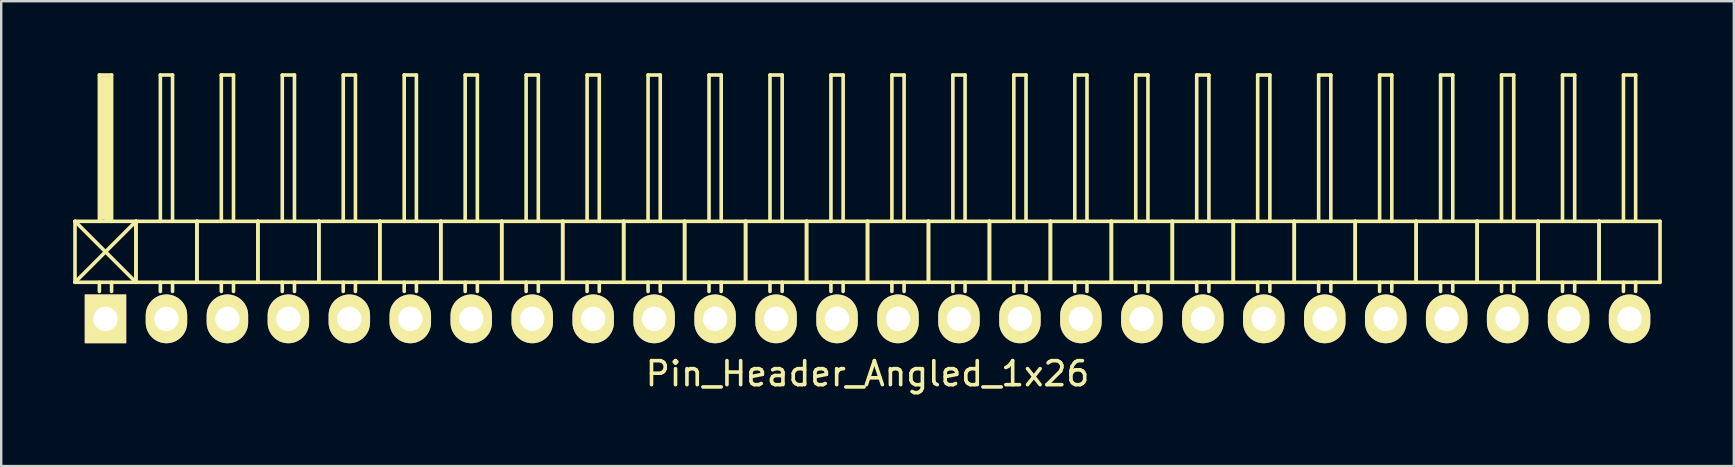
<source format=kicad_pcb>
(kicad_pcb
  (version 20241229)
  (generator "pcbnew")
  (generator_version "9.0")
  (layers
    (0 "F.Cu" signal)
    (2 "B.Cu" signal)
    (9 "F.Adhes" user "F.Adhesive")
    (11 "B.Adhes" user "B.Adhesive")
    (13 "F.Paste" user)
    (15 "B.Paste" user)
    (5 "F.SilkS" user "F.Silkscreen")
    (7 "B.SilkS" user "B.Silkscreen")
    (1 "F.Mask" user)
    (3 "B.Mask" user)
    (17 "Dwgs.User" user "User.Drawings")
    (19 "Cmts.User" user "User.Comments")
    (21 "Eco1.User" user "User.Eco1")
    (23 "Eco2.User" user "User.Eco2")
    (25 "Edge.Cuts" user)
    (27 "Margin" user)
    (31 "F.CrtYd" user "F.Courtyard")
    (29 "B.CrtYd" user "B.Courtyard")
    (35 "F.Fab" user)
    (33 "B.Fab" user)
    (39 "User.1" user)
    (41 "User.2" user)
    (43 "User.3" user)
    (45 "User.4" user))
  (footprint "Pin_Header_Angled_1x26"
    (layer "F.Cu")
    (at 33.095 10.235)
    (property "Reference" "Pin_Header_Angled_1x26" (at 0 2.286 0) (layer "F.SilkS") (effects (font (size 1 1) (thickness 0.15))))
    (attr through_hole)
    (fp_line (start -33.02 -4.064) (end -30.48 -1.524) (stroke (width 0.15) (type solid)) (layer "F.SilkS"))
    (fp_line (start -33.02 -1.524) (end -33.02 -4.064) (stroke (width 0.15) (type solid)) (layer "F.SilkS"))
    (fp_line (start -33.02 -1.524) (end -30.48 -1.524) (stroke (width 0.15) (type solid)) (layer "F.SilkS"))
    (fp_line (start -32.004 -10.16) (end -31.496 -10.16) (stroke (width 0.15) (type solid)) (layer "F.SilkS"))
    (fp_line (start -32.004 -4.064) (end -32.004 -10.16) (stroke (width 0.15) (type solid)) (layer "F.SilkS"))
    (fp_line (start -32.004 -1.524) (end -32.004 -1.143) (stroke (width 0.15) (type solid)) (layer "F.SilkS"))
    (fp_line (start -31.877 -10.033) (end -31.623 -10.033) (stroke (width 0.15) (type solid)) (layer "F.SilkS"))
    (fp_line (start -31.877 -4.191) (end -31.877 -10.033) (stroke (width 0.15) (type solid)) (layer "F.SilkS"))
    (fp_line (start -31.75 -4.191) (end -31.75 -10.033) (stroke (width 0.15) (type solid)) (layer "F.SilkS"))
    (fp_line (start -31.623 -10.033) (end -31.623 -4.191) (stroke (width 0.15) (type solid)) (layer "F.SilkS"))
    (fp_line (start -31.623 -4.191) (end -31.75 -4.191) (stroke (width 0.15) (type solid)) (layer "F.SilkS"))
    (fp_line (start -31.496 -10.16) (end -31.496 -4.064) (stroke (width 0.15) (type solid)) (layer "F.SilkS"))
    (fp_line (start -31.496 -1.524) (end -31.496 -1.143) (stroke (width 0.15) (type solid)) (layer "F.SilkS"))
    (fp_line (start -30.48 -4.064) (end -33.02 -4.064) (stroke (width 0.15) (type solid)) (layer "F.SilkS"))
    (fp_line (start -30.48 -4.064) (end -33.02 -1.524) (stroke (width 0.15) (type solid)) (layer "F.SilkS"))
    (fp_line (start -30.48 -1.524) (end -30.48 -4.064) (stroke (width 0.15) (type solid)) (layer "F.SilkS"))
    (fp_line (start -30.48 -1.524) (end -30.48 -4.064) (stroke (width 0.15) (type solid)) (layer "F.SilkS"))
    (fp_line (start -30.48 -1.524) (end -27.94 -1.524) (stroke (width 0.15) (type solid)) (layer "F.SilkS"))
    (fp_line (start -29.464 -10.16) (end -28.956 -10.16) (stroke (width 0.15) (type solid)) (layer "F.SilkS"))
    (fp_line (start -29.464 -4.064) (end -29.464 -10.16) (stroke (width 0.15) (type solid)) (layer "F.SilkS"))
    (fp_line (start -29.464 -1.524) (end -29.464 -1.143) (stroke (width 0.15) (type solid)) (layer "F.SilkS"))
    (fp_line (start -28.956 -10.16) (end -28.956 -4.064) (stroke (width 0.15) (type solid)) (layer "F.SilkS"))
    (fp_line (start -28.956 -1.524) (end -28.956 -1.143) (stroke (width 0.15) (type solid)) (layer "F.SilkS"))
    (fp_line (start -27.94 -4.064) (end -30.48 -4.064) (stroke (width 0.15) (type solid)) (layer "F.SilkS"))
    (fp_line (start -27.94 -1.524) (end -27.94 -4.064) (stroke (width 0.15) (type solid)) (layer "F.SilkS"))
    (fp_line (start -27.94 -1.524) (end -27.94 -4.064) (stroke (width 0.15) (type solid)) (layer "F.SilkS"))
    (fp_line (start -27.94 -1.524) (end -25.4 -1.524) (stroke (width 0.15) (type solid)) (layer "F.SilkS"))
    (fp_line (start -26.924 -10.16) (end -26.416 -10.16) (stroke (width 0.15) (type solid)) (layer "F.SilkS"))
    (fp_line (start -26.924 -4.064) (end -26.924 -10.16) (stroke (width 0.15) (type solid)) (layer "F.SilkS"))
    (fp_line (start -26.924 -1.524) (end -26.924 -1.143) (stroke (width 0.15) (type solid)) (layer "F.SilkS"))
    (fp_line (start -26.416 -10.16) (end -26.416 -4.064) (stroke (width 0.15) (type solid)) (layer "F.SilkS"))
    (fp_line (start -26.416 -1.524) (end -26.416 -1.143) (stroke (width 0.15) (type solid)) (layer "F.SilkS"))
    (fp_line (start -25.4 -4.064) (end -27.94 -4.064) (stroke (width 0.15) (type solid)) (layer "F.SilkS"))
    (fp_line (start -25.4 -1.524) (end -25.4 -4.064) (stroke (width 0.15) (type solid)) (layer "F.SilkS"))
    (fp_line (start -25.4 -1.524) (end -25.4 -4.064) (stroke (width 0.15) (type solid)) (layer "F.SilkS"))
    (fp_line (start -25.4 -1.524) (end -22.86 -1.524) (stroke (width 0.15) (type solid)) (layer "F.SilkS"))
    (fp_line (start -24.384 -10.16) (end -23.876 -10.16) (stroke (width 0.15) (type solid)) (layer "F.SilkS"))
    (fp_line (start -24.384 -4.064) (end -24.384 -10.16) (stroke (width 0.15) (type solid)) (layer "F.SilkS"))
    (fp_line (start -24.384 -1.524) (end -24.384 -1.143) (stroke (width 0.15) (type solid)) (layer "F.SilkS"))
    (fp_line (start -23.876 -10.16) (end -23.876 -4.064) (stroke (width 0.15) (type solid)) (layer "F.SilkS"))
    (fp_line (start -23.876 -1.524) (end -23.876 -1.143) (stroke (width 0.15) (type solid)) (layer "F.SilkS"))
    (fp_line (start -22.86 -4.064) (end -25.4 -4.064) (stroke (width 0.15) (type solid)) (layer "F.SilkS"))
    (fp_line (start -22.86 -1.524) (end -22.86 -4.064) (stroke (width 0.15) (type solid)) (layer "F.SilkS"))
    (fp_line (start -22.86 -1.524) (end -22.86 -4.064) (stroke (width 0.15) (type solid)) (layer "F.SilkS"))
    (fp_line (start -22.86 -1.524) (end -20.32 -1.524) (stroke (width 0.15) (type solid)) (layer "F.SilkS"))
    (fp_line (start -21.844 -10.16) (end -21.336 -10.16) (stroke (width 0.15) (type solid)) (layer "F.SilkS"))
    (fp_line (start -21.844 -4.064) (end -21.844 -10.16) (stroke (width 0.15) (type solid)) (layer "F.SilkS"))
    (fp_line (start -21.844 -1.524) (end -21.844 -1.143) (stroke (width 0.15) (type solid)) (layer "F.SilkS"))
    (fp_line (start -21.336 -10.16) (end -21.336 -4.064) (stroke (width 0.15) (type solid)) (layer "F.SilkS"))
    (fp_line (start -21.336 -1.524) (end -21.336 -1.143) (stroke (width 0.15) (type solid)) (layer "F.SilkS"))
    (fp_line (start -20.32 -4.064) (end -22.86 -4.064) (stroke (width 0.15) (type solid)) (layer "F.SilkS"))
    (fp_line (start -20.32 -1.524) (end -20.32 -4.064) (stroke (width 0.15) (type solid)) (layer "F.SilkS"))
    (fp_line (start -20.32 -1.524) (end -20.32 -4.064) (stroke (width 0.15) (type solid)) (layer "F.SilkS"))
    (fp_line (start -20.32 -1.524) (end -17.78 -1.524) (stroke (width 0.15) (type solid)) (layer "F.SilkS"))
    (fp_line (start -19.304 -10.16) (end -18.796 -10.16) (stroke (width 0.15) (type solid)) (layer "F.SilkS"))
    (fp_line (start -19.304 -4.064) (end -19.304 -10.16) (stroke (width 0.15) (type solid)) (layer "F.SilkS"))
    (fp_line (start -19.304 -1.524) (end -19.304 -1.143) (stroke (width 0.15) (type solid)) (layer "F.SilkS"))
    (fp_line (start -18.796 -10.16) (end -18.796 -4.064) (stroke (width 0.15) (type solid)) (layer "F.SilkS"))
    (fp_line (start -18.796 -1.524) (end -18.796 -1.143) (stroke (width 0.15) (type solid)) (layer "F.SilkS"))
    (fp_line (start -17.78 -4.064) (end -20.32 -4.064) (stroke (width 0.15) (type solid)) (layer "F.SilkS"))
    (fp_line (start -17.78 -1.524) (end -17.78 -4.064) (stroke (width 0.15) (type solid)) (layer "F.SilkS"))
    (fp_line (start -17.78 -1.524) (end -17.78 -4.064) (stroke (width 0.15) (type solid)) (layer "F.SilkS"))
    (fp_line (start -17.78 -1.524) (end -15.24 -1.524) (stroke (width 0.15) (type solid)) (layer "F.SilkS"))
    (fp_line (start -16.764 -10.16) (end -16.256 -10.16) (stroke (width 0.15) (type solid)) (layer "F.SilkS"))
    (fp_line (start -16.764 -4.064) (end -16.764 -10.16) (stroke (width 0.15) (type solid)) (layer "F.SilkS"))
    (fp_line (start -16.764 -1.524) (end -16.764 -1.143) (stroke (width 0.15) (type solid)) (layer "F.SilkS"))
    (fp_line (start -16.256 -10.16) (end -16.256 -4.064) (stroke (width 0.15) (type solid)) (layer "F.SilkS"))
    (fp_line (start -16.256 -1.524) (end -16.256 -1.143) (stroke (width 0.15) (type solid)) (layer "F.SilkS"))
    (fp_line (start -15.24 -4.064) (end -17.78 -4.064) (stroke (width 0.15) (type solid)) (layer "F.SilkS"))
    (fp_line (start -15.24 -1.524) (end -15.24 -4.064) (stroke (width 0.15) (type solid)) (layer "F.SilkS"))
    (fp_line (start -15.24 -1.524) (end -15.24 -4.064) (stroke (width 0.15) (type solid)) (layer "F.SilkS"))
    (fp_line (start -15.24 -1.524) (end -12.7 -1.524) (stroke (width 0.15) (type solid)) (layer "F.SilkS"))
    (fp_line (start -14.224 -10.16) (end -13.716 -10.16) (stroke (width 0.15) (type solid)) (layer "F.SilkS"))
    (fp_line (start -14.224 -4.064) (end -14.224 -10.16) (stroke (width 0.15) (type solid)) (layer "F.SilkS"))
    (fp_line (start -14.224 -1.524) (end -14.224 -1.143) (stroke (width 0.15) (type solid)) (layer "F.SilkS"))
    (fp_line (start -13.716 -10.16) (end -13.716 -4.064) (stroke (width 0.15) (type solid)) (layer "F.SilkS"))
    (fp_line (start -13.716 -1.524) (end -13.716 -1.143) (stroke (width 0.15) (type solid)) (layer "F.SilkS"))
    (fp_line (start -12.7 -4.064) (end -15.24 -4.064) (stroke (width 0.15) (type solid)) (layer "F.SilkS"))
    (fp_line (start -12.7 -1.524) (end -12.7 -4.064) (stroke (width 0.15) (type solid)) (layer "F.SilkS"))
    (fp_line (start -12.7 -1.524) (end -12.7 -4.064) (stroke (width 0.15) (type solid)) (layer "F.SilkS"))
    (fp_line (start -12.7 -1.524) (end -10.16 -1.524) (stroke (width 0.15) (type solid)) (layer "F.SilkS"))
    (fp_line (start -11.684 -10.16) (end -11.176 -10.16) (stroke (width 0.15) (type solid)) (layer "F.SilkS"))
    (fp_line (start -11.684 -4.064) (end -11.684 -10.16) (stroke (width 0.15) (type solid)) (layer "F.SilkS"))
    (fp_line (start -11.684 -1.524) (end -11.684 -1.143) (stroke (width 0.15) (type solid)) (layer "F.SilkS"))
    (fp_line (start -11.176 -10.16) (end -11.176 -4.064) (stroke (width 0.15) (type solid)) (layer "F.SilkS"))
    (fp_line (start -11.176 -1.524) (end -11.176 -1.143) (stroke (width 0.15) (type solid)) (layer "F.SilkS"))
    (fp_line (start -10.16 -4.064) (end -12.7 -4.064) (stroke (width 0.15) (type solid)) (layer "F.SilkS"))
    (fp_line (start -10.16 -1.524) (end -10.16 -4.064) (stroke (width 0.15) (type solid)) (layer "F.SilkS"))
    (fp_line (start -10.16 -1.524) (end -10.16 -4.064) (stroke (width 0.15) (type solid)) (layer "F.SilkS"))
    (fp_line (start -10.16 -1.524) (end -7.62 -1.524) (stroke (width 0.15) (type solid)) (layer "F.SilkS"))
    (fp_line (start -9.144 -10.16) (end -8.636 -10.16) (stroke (width 0.15) (type solid)) (layer "F.SilkS"))
    (fp_line (start -9.144 -4.064) (end -9.144 -10.16) (stroke (width 0.15) (type solid)) (layer "F.SilkS"))
    (fp_line (start -9.144 -1.524) (end -9.144 -1.143) (stroke (width 0.15) (type solid)) (layer "F.SilkS"))
    (fp_line (start -8.636 -10.16) (end -8.636 -4.064) (stroke (width 0.15) (type solid)) (layer "F.SilkS"))
    (fp_line (start -8.636 -1.524) (end -8.636 -1.143) (stroke (width 0.15) (type solid)) (layer "F.SilkS"))
    (fp_line (start -7.62 -4.064) (end -10.16 -4.064) (stroke (width 0.15) (type solid)) (layer "F.SilkS"))
    (fp_line (start -7.62 -1.524) (end -7.62 -4.064) (stroke (width 0.15) (type solid)) (layer "F.SilkS"))
    (fp_line (start -7.62 -1.524) (end -7.62 -4.064) (stroke (width 0.15) (type solid)) (layer "F.SilkS"))
    (fp_line (start -7.62 -1.524) (end -5.08 -1.524) (stroke (width 0.15) (type solid)) (layer "F.SilkS"))
    (fp_line (start -6.604 -10.16) (end -6.096 -10.16) (stroke (width 0.15) (type solid)) (layer "F.SilkS"))
    (fp_line (start -6.604 -4.064) (end -6.604 -10.16) (stroke (width 0.15) (type solid)) (layer "F.SilkS"))
    (fp_line (start -6.604 -1.524) (end -6.604 -1.143) (stroke (width 0.15) (type solid)) (layer "F.SilkS"))
    (fp_line (start -6.096 -10.16) (end -6.096 -4.064) (stroke (width 0.15) (type solid)) (layer "F.SilkS"))
    (fp_line (start -6.096 -1.524) (end -6.096 -1.143) (stroke (width 0.15) (type solid)) (layer "F.SilkS"))
    (fp_line (start -5.08 -4.064) (end -7.62 -4.064) (stroke (width 0.15) (type solid)) (layer "F.SilkS"))
    (fp_line (start -5.08 -1.524) (end -5.08 -4.064) (stroke (width 0.15) (type solid)) (layer "F.SilkS"))
    (fp_line (start -5.08 -1.524) (end -5.08 -4.064) (stroke (width 0.15) (type solid)) (layer "F.SilkS"))
    (fp_line (start -5.08 -1.524) (end -2.54 -1.524) (stroke (width 0.15) (type solid)) (layer "F.SilkS"))
    (fp_line (start -4.064 -10.16) (end -3.556 -10.16) (stroke (width 0.15) (type solid)) (layer "F.SilkS"))
    (fp_line (start -4.064 -4.064) (end -4.064 -10.16) (stroke (width 0.15) (type solid)) (layer "F.SilkS"))
    (fp_line (start -4.064 -1.524) (end -4.064 -1.143) (stroke (width 0.15) (type solid)) (layer "F.SilkS"))
    (fp_line (start -3.556 -10.16) (end -3.556 -4.064) (stroke (width 0.15) (type solid)) (layer "F.SilkS"))
    (fp_line (start -3.556 -1.524) (end -3.556 -1.143) (stroke (width 0.15) (type solid)) (layer "F.SilkS"))
    (fp_line (start -2.54 -4.064) (end -5.08 -4.064) (stroke (width 0.15) (type solid)) (layer "F.SilkS"))
    (fp_line (start -2.54 -1.524) (end -2.54 -4.064) (stroke (width 0.15) (type solid)) (layer "F.SilkS"))
    (fp_line (start -2.54 -1.524) (end -2.54 -4.064) (stroke (width 0.15) (type solid)) (layer "F.SilkS"))
    (fp_line (start -2.54 -1.524) (end 0 -1.524) (stroke (width 0.15) (type solid)) (layer "F.SilkS"))
    (fp_line (start -1.524 -10.16) (end -1.016 -10.16) (stroke (width 0.15) (type solid)) (layer "F.SilkS"))
    (fp_line (start -1.524 -4.064) (end -1.524 -10.16) (stroke (width 0.15) (type solid)) (layer "F.SilkS"))
    (fp_line (start -1.524 -1.524) (end -1.524 -1.143) (stroke (width 0.15) (type solid)) (layer "F.SilkS"))
    (fp_line (start -1.016 -10.16) (end -1.016 -4.064) (stroke (width 0.15) (type solid)) (layer "F.SilkS"))
    (fp_line (start -1.016 -1.524) (end -1.016 -1.143) (stroke (width 0.15) (type solid)) (layer "F.SilkS"))
    (fp_line (start 0 -4.064) (end -2.54 -4.064) (stroke (width 0.15) (type solid)) (layer "F.SilkS"))
    (fp_line (start 0 -1.524) (end 0 -4.064) (stroke (width 0.15) (type solid)) (layer "F.SilkS"))
    (fp_line (start 0 -1.524) (end 0 -4.064) (stroke (width 0.15) (type solid)) (layer "F.SilkS"))
    (fp_line (start 0 -1.524) (end 2.54 -1.524) (stroke (width 0.15) (type solid)) (layer "F.SilkS"))
    (fp_line (start 1.016 -10.16) (end 1.524 -10.16) (stroke (width 0.15) (type solid)) (layer "F.SilkS"))
    (fp_line (start 1.016 -4.064) (end 1.016 -10.16) (stroke (width 0.15) (type solid)) (layer "F.SilkS"))
    (fp_line (start 1.016 -1.524) (end 1.016 -1.143) (stroke (width 0.15) (type solid)) (layer "F.SilkS"))
    (fp_line (start 1.524 -10.16) (end 1.524 -4.064) (stroke (width 0.15) (type solid)) (layer "F.SilkS"))
    (fp_line (start 1.524 -1.524) (end 1.524 -1.143) (stroke (width 0.15) (type solid)) (layer "F.SilkS"))
    (fp_line (start 2.54 -4.064) (end 0 -4.064) (stroke (width 0.15) (type solid)) (layer "F.SilkS"))
    (fp_line (start 2.54 -1.524) (end 2.54 -4.064) (stroke (width 0.15) (type solid)) (layer "F.SilkS"))
    (fp_line (start 2.54 -1.524) (end 2.54 -4.064) (stroke (width 0.15) (type solid)) (layer "F.SilkS"))
    (fp_line (start 2.54 -1.524) (end 5.08 -1.524) (stroke (width 0.15) (type solid)) (layer "F.SilkS"))
    (fp_line (start 3.556 -10.16) (end 4.064 -10.16) (stroke (width 0.15) (type solid)) (layer "F.SilkS"))
    (fp_line (start 3.556 -4.064) (end 3.556 -10.16) (stroke (width 0.15) (type solid)) (layer "F.SilkS"))
    (fp_line (start 3.556 -1.524) (end 3.556 -1.143) (stroke (width 0.15) (type solid)) (layer "F.SilkS"))
    (fp_line (start 4.064 -10.16) (end 4.064 -4.064) (stroke (width 0.15) (type solid)) (layer "F.SilkS"))
    (fp_line (start 4.064 -1.524) (end 4.064 -1.143) (stroke (width 0.15) (type solid)) (layer "F.SilkS"))
    (fp_line (start 5.08 -4.064) (end 2.54 -4.064) (stroke (width 0.15) (type solid)) (layer "F.SilkS"))
    (fp_line (start 5.08 -1.524) (end 5.08 -4.064) (stroke (width 0.15) (type solid)) (layer "F.SilkS"))
    (fp_line (start 5.08 -1.524) (end 5.08 -4.064) (stroke (width 0.15) (type solid)) (layer "F.SilkS"))
    (fp_line (start 5.08 -1.524) (end 7.62 -1.524) (stroke (width 0.15) (type solid)) (layer "F.SilkS"))
    (fp_line (start 6.096 -10.16) (end 6.604 -10.16) (stroke (width 0.15) (type solid)) (layer "F.SilkS"))
    (fp_line (start 6.096 -4.064) (end 6.096 -10.16) (stroke (width 0.15) (type solid)) (layer "F.SilkS"))
    (fp_line (start 6.096 -1.524) (end 6.096 -1.143) (stroke (width 0.15) (type solid)) (layer "F.SilkS"))
    (fp_line (start 6.604 -10.16) (end 6.604 -4.064) (stroke (width 0.15) (type solid)) (layer "F.SilkS"))
    (fp_line (start 6.604 -1.524) (end 6.604 -1.143) (stroke (width 0.15) (type solid)) (layer "F.SilkS"))
    (fp_line (start 7.62 -4.064) (end 5.08 -4.064) (stroke (width 0.15) (type solid)) (layer "F.SilkS"))
    (fp_line (start 7.62 -1.524) (end 7.62 -4.064) (stroke (width 0.15) (type solid)) (layer "F.SilkS"))
    (fp_line (start 7.62 -1.524) (end 7.62 -4.064) (stroke (width 0.15) (type solid)) (layer "F.SilkS"))
    (fp_line (start 7.62 -1.524) (end 10.16 -1.524) (stroke (width 0.15) (type solid)) (layer "F.SilkS"))
    (fp_line (start 8.636 -10.16) (end 9.144 -10.16) (stroke (width 0.15) (type solid)) (layer "F.SilkS"))
    (fp_line (start 8.636 -4.064) (end 8.636 -10.16) (stroke (width 0.15) (type solid)) (layer "F.SilkS"))
    (fp_line (start 8.636 -1.524) (end 8.636 -1.143) (stroke (width 0.15) (type solid)) (layer "F.SilkS"))
    (fp_line (start 9.144 -10.16) (end 9.144 -4.064) (stroke (width 0.15) (type solid)) (layer "F.SilkS"))
    (fp_line (start 9.144 -1.524) (end 9.144 -1.143) (stroke (width 0.15) (type solid)) (layer "F.SilkS"))
    (fp_line (start 10.16 -4.064) (end 7.62 -4.064) (stroke (width 0.15) (type solid)) (layer "F.SilkS"))
    (fp_line (start 10.16 -1.524) (end 10.16 -4.064) (stroke (width 0.15) (type solid)) (layer "F.SilkS"))
    (fp_line (start 10.16 -1.524) (end 10.16 -4.064) (stroke (width 0.15) (type solid)) (layer "F.SilkS"))
    (fp_line (start 10.16 -1.524) (end 12.7 -1.524) (stroke (width 0.15) (type solid)) (layer "F.SilkS"))
    (fp_line (start 11.176 -10.16) (end 11.684 -10.16) (stroke (width 0.15) (type solid)) (layer "F.SilkS"))
    (fp_line (start 11.176 -4.064) (end 11.176 -10.16) (stroke (width 0.15) (type solid)) (layer "F.SilkS"))
    (fp_line (start 11.176 -1.524) (end 11.176 -1.143) (stroke (width 0.15) (type solid)) (layer "F.SilkS"))
    (fp_line (start 11.684 -10.16) (end 11.684 -4.064) (stroke (width 0.15) (type solid)) (layer "F.SilkS"))
    (fp_line (start 11.684 -1.524) (end 11.684 -1.143) (stroke (width 0.15) (type solid)) (layer "F.SilkS"))
    (fp_line (start 12.7 -4.064) (end 10.16 -4.064) (stroke (width 0.15) (type solid)) (layer "F.SilkS"))
    (fp_line (start 12.7 -1.524) (end 12.7 -4.064) (stroke (width 0.15) (type solid)) (layer "F.SilkS"))
    (fp_line (start 12.7 -1.524) (end 12.7 -4.064) (stroke (width 0.15) (type solid)) (layer "F.SilkS"))
    (fp_line (start 12.7 -1.524) (end 15.24 -1.524) (stroke (width 0.15) (type solid)) (layer "F.SilkS"))
    (fp_line (start 13.716 -10.16) (end 14.224 -10.16) (stroke (width 0.15) (type solid)) (layer "F.SilkS"))
    (fp_line (start 13.716 -4.064) (end 13.716 -10.16) (stroke (width 0.15) (type solid)) (layer "F.SilkS"))
    (fp_line (start 13.716 -1.524) (end 13.716 -1.143) (stroke (width 0.15) (type solid)) (layer "F.SilkS"))
    (fp_line (start 14.224 -10.16) (end 14.224 -4.064) (stroke (width 0.15) (type solid)) (layer "F.SilkS"))
    (fp_line (start 14.224 -1.524) (end 14.224 -1.143) (stroke (width 0.15) (type solid)) (layer "F.SilkS"))
    (fp_line (start 15.24 -4.064) (end 12.7 -4.064) (stroke (width 0.15) (type solid)) (layer "F.SilkS"))
    (fp_line (start 15.24 -1.524) (end 15.24 -4.064) (stroke (width 0.15) (type solid)) (layer "F.SilkS"))
    (fp_line (start 15.24 -1.524) (end 15.24 -4.064) (stroke (width 0.15) (type solid)) (layer "F.SilkS"))
    (fp_line (start 15.24 -1.524) (end 17.78 -1.524) (stroke (width 0.15) (type solid)) (layer "F.SilkS"))
    (fp_line (start 16.256 -10.16) (end 16.764 -10.16) (stroke (width 0.15) (type solid)) (layer "F.SilkS"))
    (fp_line (start 16.256 -4.064) (end 16.256 -10.16) (stroke (width 0.15) (type solid)) (layer "F.SilkS"))
    (fp_line (start 16.256 -1.524) (end 16.256 -1.143) (stroke (width 0.15) (type solid)) (layer "F.SilkS"))
    (fp_line (start 16.764 -10.16) (end 16.764 -4.064) (stroke (width 0.15) (type solid)) (layer "F.SilkS"))
    (fp_line (start 16.764 -1.524) (end 16.764 -1.143) (stroke (width 0.15) (type solid)) (layer "F.SilkS"))
    (fp_line (start 17.78 -4.064) (end 15.24 -4.064) (stroke (width 0.15) (type solid)) (layer "F.SilkS"))
    (fp_line (start 17.78 -1.524) (end 17.78 -4.064) (stroke (width 0.15) (type solid)) (layer "F.SilkS"))
    (fp_line (start 17.78 -1.524) (end 17.78 -4.064) (stroke (width 0.15) (type solid)) (layer "F.SilkS"))
    (fp_line (start 17.78 -1.524) (end 20.32 -1.524) (stroke (width 0.15) (type solid)) (layer "F.SilkS"))
    (fp_line (start 18.796 -10.16) (end 19.304 -10.16) (stroke (width 0.15) (type solid)) (layer "F.SilkS"))
    (fp_line (start 18.796 -4.064) (end 18.796 -10.16) (stroke (width 0.15) (type solid)) (layer "F.SilkS"))
    (fp_line (start 18.796 -1.524) (end 18.796 -1.143) (stroke (width 0.15) (type solid)) (layer "F.SilkS"))
    (fp_line (start 19.304 -10.16) (end 19.304 -4.064) (stroke (width 0.15) (type solid)) (layer "F.SilkS"))
    (fp_line (start 19.304 -1.524) (end 19.304 -1.143) (stroke (width 0.15) (type solid)) (layer "F.SilkS"))
    (fp_line (start 20.32 -4.064) (end 17.78 -4.064) (stroke (width 0.15) (type solid)) (layer "F.SilkS"))
    (fp_line (start 20.32 -1.524) (end 20.32 -4.064) (stroke (width 0.15) (type solid)) (layer "F.SilkS"))
    (fp_line (start 20.32 -1.524) (end 20.32 -4.064) (stroke (width 0.15) (type solid)) (layer "F.SilkS"))
    (fp_line (start 20.32 -1.524) (end 22.86 -1.524) (stroke (width 0.15) (type solid)) (layer "F.SilkS"))
    (fp_line (start 21.336 -10.16) (end 21.844 -10.16) (stroke (width 0.15) (type solid)) (layer "F.SilkS"))
    (fp_line (start 21.336 -4.064) (end 21.336 -10.16) (stroke (width 0.15) (type solid)) (layer "F.SilkS"))
    (fp_line (start 21.336 -1.524) (end 21.336 -1.143) (stroke (width 0.15) (type solid)) (layer "F.SilkS"))
    (fp_line (start 21.844 -10.16) (end 21.844 -4.064) (stroke (width 0.15) (type solid)) (layer "F.SilkS"))
    (fp_line (start 21.844 -1.524) (end 21.844 -1.143) (stroke (width 0.15) (type solid)) (layer "F.SilkS"))
    (fp_line (start 22.86 -4.064) (end 20.32 -4.064) (stroke (width 0.15) (type solid)) (layer "F.SilkS"))
    (fp_line (start 22.86 -1.524) (end 22.86 -4.064) (stroke (width 0.15) (type solid)) (layer "F.SilkS"))
    (fp_line (start 22.86 -1.524) (end 22.86 -4.064) (stroke (width 0.15) (type solid)) (layer "F.SilkS"))
    (fp_line (start 22.86 -1.524) (end 25.4 -1.524) (stroke (width 0.15) (type solid)) (layer "F.SilkS"))
    (fp_line (start 23.876 -10.16) (end 24.384 -10.16) (stroke (width 0.15) (type solid)) (layer "F.SilkS"))
    (fp_line (start 23.876 -4.064) (end 23.876 -10.16) (stroke (width 0.15) (type solid)) (layer "F.SilkS"))
    (fp_line (start 23.876 -1.524) (end 23.876 -1.143) (stroke (width 0.15) (type solid)) (layer "F.SilkS"))
    (fp_line (start 24.384 -10.16) (end 24.384 -4.064) (stroke (width 0.15) (type solid)) (layer "F.SilkS"))
    (fp_line (start 24.384 -1.524) (end 24.384 -1.143) (stroke (width 0.15) (type solid)) (layer "F.SilkS"))
    (fp_line (start 25.4 -4.064) (end 22.86 -4.064) (stroke (width 0.15) (type solid)) (layer "F.SilkS"))
    (fp_line (start 25.4 -1.524) (end 25.4 -4.064) (stroke (width 0.15) (type solid)) (layer "F.SilkS"))
    (fp_line (start 25.4 -1.524) (end 25.4 -4.064) (stroke (width 0.15) (type solid)) (layer "F.SilkS"))
    (fp_line (start 25.4 -1.524) (end 27.94 -1.524) (stroke (width 0.15) (type solid)) (layer "F.SilkS"))
    (fp_line (start 26.416 -10.16) (end 26.924 -10.16) (stroke (width 0.15) (type solid)) (layer "F.SilkS"))
    (fp_line (start 26.416 -4.064) (end 26.416 -10.16) (stroke (width 0.15) (type solid)) (layer "F.SilkS"))
    (fp_line (start 26.416 -1.524) (end 26.416 -1.143) (stroke (width 0.15) (type solid)) (layer "F.SilkS"))
    (fp_line (start 26.924 -10.16) (end 26.924 -4.064) (stroke (width 0.15) (type solid)) (layer "F.SilkS"))
    (fp_line (start 26.924 -1.524) (end 26.924 -1.143) (stroke (width 0.15) (type solid)) (layer "F.SilkS"))
    (fp_line (start 27.94 -4.064) (end 25.4 -4.064) (stroke (width 0.15) (type solid)) (layer "F.SilkS"))
    (fp_line (start 27.94 -1.524) (end 27.94 -4.064) (stroke (width 0.15) (type solid)) (layer "F.SilkS"))
    (fp_line (start 27.94 -1.524) (end 27.94 -4.064) (stroke (width 0.15) (type solid)) (layer "F.SilkS"))
    (fp_line (start 27.94 -1.524) (end 30.48 -1.524) (stroke (width 0.15) (type solid)) (layer "F.SilkS"))
    (fp_line (start 28.956 -10.16) (end 29.464 -10.16) (stroke (width 0.15) (type solid)) (layer "F.SilkS"))
    (fp_line (start 28.956 -4.064) (end 28.956 -10.16) (stroke (width 0.15) (type solid)) (layer "F.SilkS"))
    (fp_line (start 28.956 -1.524) (end 28.956 -1.143) (stroke (width 0.15) (type solid)) (layer "F.SilkS"))
    (fp_line (start 29.464 -10.16) (end 29.464 -4.064) (stroke (width 0.15) (type solid)) (layer "F.SilkS"))
    (fp_line (start 29.464 -1.524) (end 29.464 -1.143) (stroke (width 0.15) (type solid)) (layer "F.SilkS"))
    (fp_line (start 30.48 -4.064) (end 27.94 -4.064) (stroke (width 0.15) (type solid)) (layer "F.SilkS"))
    (fp_line (start 30.48 -1.524) (end 30.48 -4.064) (stroke (width 0.15) (type solid)) (layer "F.SilkS"))
    (fp_line (start 30.48 -1.524) (end 30.48 -4.064) (stroke (width 0.15) (type solid)) (layer "F.SilkS"))
    (fp_line (start 30.48 -1.524) (end 33.02 -1.524) (stroke (width 0.15) (type solid)) (layer "F.SilkS"))
    (fp_line (start 31.496 -10.16) (end 32.004 -10.16) (stroke (width 0.15) (type solid)) (layer "F.SilkS"))
    (fp_line (start 31.496 -4.064) (end 31.496 -10.16) (stroke (width 0.15) (type solid)) (layer "F.SilkS"))
    (fp_line (start 31.496 -1.524) (end 31.496 -1.143) (stroke (width 0.15) (type solid)) (layer "F.SilkS"))
    (fp_line (start 32.004 -10.16) (end 32.004 -4.064) (stroke (width 0.15) (type solid)) (layer "F.SilkS"))
    (fp_line (start 32.004 -1.524) (end 32.004 -1.143) (stroke (width 0.15) (type solid)) (layer "F.SilkS"))
    (fp_line (start 33.02 -4.064) (end 30.48 -4.064) (stroke (width 0.15) (type solid)) (layer "F.SilkS"))
    (fp_line (start 33.02 -1.524) (end 33.02 -4.064) (stroke (width 0.15) (type solid)) (layer "F.SilkS"))
    (pad "1" thru_hole rect (at -31.75 0) (size 1.727 2.032) (drill 1.016) (layers "*.Cu" "*.Mask" "F.SilkS"))
    (pad "2" thru_hole oval (at -29.21 0) (size 1.727 2.032) (drill 1.016) (layers "*.Cu" "*.Mask" "F.SilkS"))
    (pad "3" thru_hole oval (at -26.67 0) (size 1.727 2.032) (drill 1.016) (layers "*.Cu" "*.Mask" "F.SilkS"))
    (pad "4" thru_hole oval (at -24.13 0) (size 1.727 2.032) (drill 1.016) (layers "*.Cu" "*.Mask" "F.SilkS"))
    (pad "5" thru_hole oval (at -21.59 0) (size 1.727 2.032) (drill 1.016) (layers "*.Cu" "*.Mask" "F.SilkS"))
    (pad "6" thru_hole oval (at -19.05 0) (size 1.727 2.032) (drill 1.016) (layers "*.Cu" "*.Mask" "F.SilkS"))
    (pad "7" thru_hole oval (at -16.51 0) (size 1.727 2.032) (drill 1.016) (layers "*.Cu" "*.Mask" "F.SilkS"))
    (pad "8" thru_hole oval (at -13.97 0) (size 1.727 2.032) (drill 1.016) (layers "*.Cu" "*.Mask" "F.SilkS"))
    (pad "9" thru_hole oval (at -11.43 0) (size 1.727 2.032) (drill 1.016) (layers "*.Cu" "*.Mask" "F.SilkS"))
    (pad "10" thru_hole oval (at -8.89 0) (size 1.727 2.032) (drill 1.016) (layers "*.Cu" "*.Mask" "F.SilkS"))
    (pad "11" thru_hole oval (at -6.35 0) (size 1.727 2.032) (drill 1.016) (layers "*.Cu" "*.Mask" "F.SilkS"))
    (pad "12" thru_hole oval (at -3.81 0) (size 1.727 2.032) (drill 1.016) (layers "*.Cu" "*.Mask" "F.SilkS"))
    (pad "13" thru_hole oval (at -1.27 0) (size 1.727 2.032) (drill 1.016) (layers "*.Cu" "*.Mask" "F.SilkS"))
    (pad "14" thru_hole oval (at 1.27 0) (size 1.727 2.032) (drill 1.016) (layers "*.Cu" "*.Mask" "F.SilkS"))
    (pad "15" thru_hole oval (at 3.81 0) (size 1.727 2.032) (drill 1.016) (layers "*.Cu" "*.Mask" "F.SilkS"))
    (pad "16" thru_hole oval (at 6.35 0) (size 1.727 2.032) (drill 1.016) (layers "*.Cu" "*.Mask" "F.SilkS"))
    (pad "17" thru_hole oval (at 8.89 0) (size 1.727 2.032) (drill 1.016) (layers "*.Cu" "*.Mask" "F.SilkS"))
    (pad "18" thru_hole oval (at 11.43 0) (size 1.727 2.032) (drill 1.016) (layers "*.Cu" "*.Mask" "F.SilkS"))
    (pad "19" thru_hole oval (at 13.97 0) (size 1.727 2.032) (drill 1.016) (layers "*.Cu" "*.Mask" "F.SilkS"))
    (pad "20" thru_hole oval (at 16.51 0) (size 1.727 2.032) (drill 1.016) (layers "*.Cu" "*.Mask" "F.SilkS"))
    (pad "21" thru_hole oval (at 19.05 0) (size 1.727 2.032) (drill 1.016) (layers "*.Cu" "*.Mask" "F.SilkS"))
    (pad "22" thru_hole oval (at 21.59 0) (size 1.727 2.032) (drill 1.016) (layers "*.Cu" "*.Mask" "F.SilkS"))
    (pad "23" thru_hole oval (at 24.13 0) (size 1.727 2.032) (drill 1.016) (layers "*.Cu" "*.Mask" "F.SilkS"))
    (pad "24" thru_hole oval (at 26.67 0) (size 1.727 2.032) (drill 1.016) (layers "*.Cu" "*.Mask" "F.SilkS"))
    (pad "25" thru_hole oval (at 29.21 0) (size 1.727 2.032) (drill 1.016) (layers "*.Cu" "*.Mask" "F.SilkS"))
    (pad "26" thru_hole oval (at 31.75 0) (size 1.727 2.032) (drill 1.016) (layers "*.Cu" "*.Mask" "F.SilkS")))
  (gr_rect
    (start -3 -3)
    (end 69.19 16.369)
    (stroke (width 0.1) (type default))
    (fill no)
    (layer "Edge.Cuts")))
</source>
